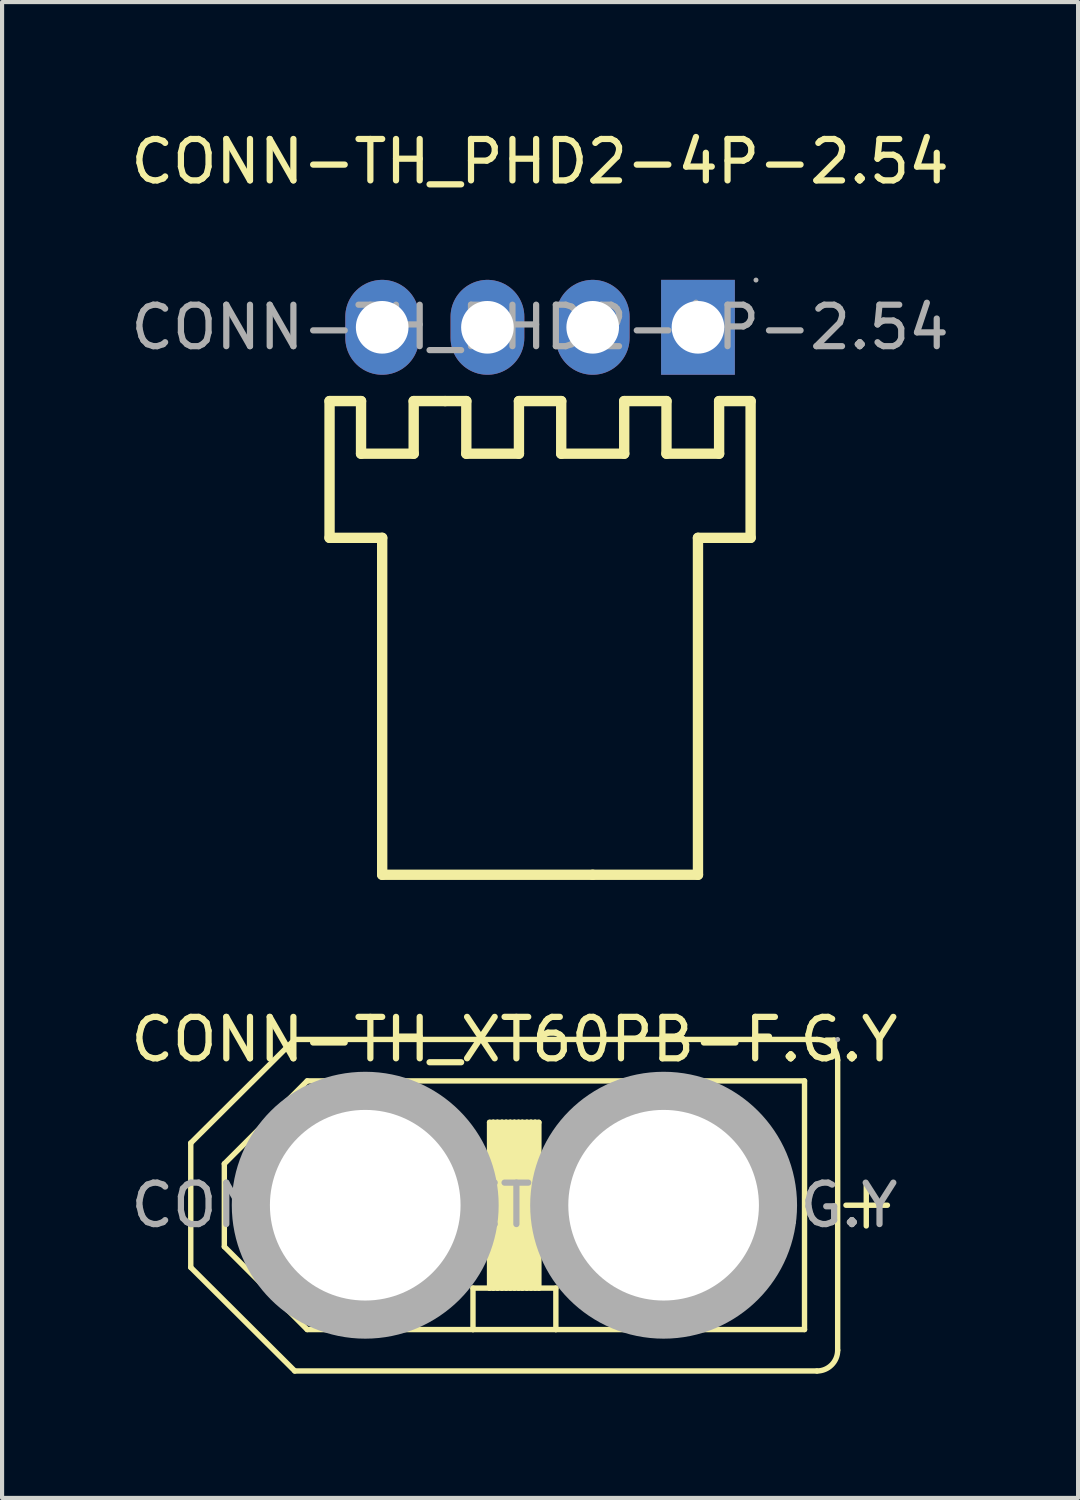
<source format=kicad_pcb>
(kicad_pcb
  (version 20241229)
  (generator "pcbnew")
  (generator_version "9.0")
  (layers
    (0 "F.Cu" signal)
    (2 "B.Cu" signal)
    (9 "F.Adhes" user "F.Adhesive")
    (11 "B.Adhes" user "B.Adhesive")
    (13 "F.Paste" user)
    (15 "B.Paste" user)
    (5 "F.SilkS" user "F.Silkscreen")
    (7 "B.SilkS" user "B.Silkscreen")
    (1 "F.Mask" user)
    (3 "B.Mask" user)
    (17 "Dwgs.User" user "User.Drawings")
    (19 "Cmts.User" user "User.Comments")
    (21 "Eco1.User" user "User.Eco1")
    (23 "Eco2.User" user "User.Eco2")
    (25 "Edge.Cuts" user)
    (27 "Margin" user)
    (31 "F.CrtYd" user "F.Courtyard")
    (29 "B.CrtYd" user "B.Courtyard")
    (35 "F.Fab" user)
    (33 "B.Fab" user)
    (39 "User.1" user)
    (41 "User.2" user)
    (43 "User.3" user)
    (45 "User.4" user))
  (footprint "CONN-TH_PHD2-4P-2.54"
    (layer "F.Cu")
    (at 9.982 4.848)
    (property "Reference" "CONN-TH_PHD2-4P-2.54" (at 0 -4 0) (layer "F.SilkS") (effects (font (size 1 1) (thickness 0.15))))
    (attr through_hole)
    (fp_line (start -5.08 1.78) (end -5.08 5.08) (stroke (width 0.25) (type solid)) (layer "F.SilkS"))
    (fp_line (start -5.08 5.08) (end -3.81 5.08) (stroke (width 0.25) (type solid)) (layer "F.SilkS"))
    (fp_line (start -4.32 1.78) (end -5.08 1.78) (stroke (width 0.25) (type solid)) (layer "F.SilkS"))
    (fp_line (start -4.32 3.05) (end -4.32 1.78) (stroke (width 0.25) (type solid)) (layer "F.SilkS"))
    (fp_line (start -3.81 5.08) (end -3.81 13.21) (stroke (width 0.25) (type solid)) (layer "F.SilkS"))
    (fp_line (start -3.81 13.21) (end 1.27 13.21) (stroke (width 0.25) (type solid)) (layer "F.SilkS"))
    (fp_line (start -3.05 1.78) (end -3.05 3.05) (stroke (width 0.25) (type solid)) (layer "F.SilkS"))
    (fp_line (start -3.05 3.05) (end -4.32 3.05) (stroke (width 0.25) (type solid)) (layer "F.SilkS"))
    (fp_line (start -2.29 1.78) (end -3.05 1.78) (stroke (width 0.25) (type solid)) (layer "F.SilkS"))
    (fp_line (start -2.29 1.78) (end -1.78 1.78) (stroke (width 0.25) (type solid)) (layer "F.SilkS"))
    (fp_line (start -1.78 1.78) (end -1.78 3.05) (stroke (width 0.25) (type solid)) (layer "F.SilkS"))
    (fp_line (start -1.78 3.05) (end -0.51 3.05) (stroke (width 0.25) (type solid)) (layer "F.SilkS"))
    (fp_line (start -0.51 1.78) (end 0.51 1.78) (stroke (width 0.25) (type solid)) (layer "F.SilkS"))
    (fp_line (start -0.51 3.05) (end -0.51 1.78) (stroke (width 0.25) (type solid)) (layer "F.SilkS"))
    (fp_line (start 0.51 1.78) (end 0.51 3.05) (stroke (width 0.25) (type solid)) (layer "F.SilkS"))
    (fp_line (start 0.51 3.05) (end 2.03 3.05) (stroke (width 0.25) (type solid)) (layer "F.SilkS"))
    (fp_line (start 1.27 13.21) (end 3.81 13.21) (stroke (width 0.25) (type solid)) (layer "F.SilkS"))
    (fp_line (start 2.03 1.78) (end 3.05 1.78) (stroke (width 0.25) (type solid)) (layer "F.SilkS"))
    (fp_line (start 2.03 3.05) (end 2.03 1.78) (stroke (width 0.25) (type solid)) (layer "F.SilkS"))
    (fp_line (start 3.05 1.78) (end 3.05 3.05) (stroke (width 0.25) (type solid)) (layer "F.SilkS"))
    (fp_line (start 3.05 3.05) (end 4.32 3.05) (stroke (width 0.25) (type solid)) (layer "F.SilkS"))
    (fp_line (start 3.81 5.08) (end 3.81 13.21) (stroke (width 0.25) (type solid)) (layer "F.SilkS"))
    (fp_line (start 4.32 1.78) (end 5.08 1.78) (stroke (width 0.25) (type solid)) (layer "F.SilkS"))
    (fp_line (start 4.32 3.05) (end 4.32 1.78) (stroke (width 0.25) (type solid)) (layer "F.SilkS"))
    (fp_line (start 5.08 1.78) (end 5.08 5.08) (stroke (width 0.25) (type solid)) (layer "F.SilkS"))
    (fp_line (start 5.08 5.08) (end 3.81 5.08) (stroke (width 0.25) (type solid)) (layer "F.SilkS"))
    (fp_circle (center -3.81 0) (end -3.54 0) (stroke (width 0.54) (type solid)) (fill no) (layer "F.Fab"))
    (fp_circle (center -1.27 0) (end -1 0) (stroke (width 0.54) (type solid)) (fill no) (layer "F.Fab"))
    (fp_circle (center 1.27 0) (end 1.54 0) (stroke (width 0.54) (type solid)) (fill no) (layer "F.Fab"))
    (fp_circle (center 3.81 0) (end 4.08 0) (stroke (width 0.54) (type solid)) (fill no) (layer "F.Fab"))
    (fp_circle (center 5.21 -1.14) (end 5.24 -1.14) (stroke (width 0.06) (type solid)) (fill no) (layer "F.Fab"))
    (fp_text user "${REFERENCE}" (at 0 0 0) (layer "F.Fab") (effects (font (size 1 1) (thickness 0.15))))
    (pad "1" thru_hole rect (at 3.81 0) (size 1.78 2.29) (drill 1.27) (layers "*.Cu" "*.Mask"))
    (pad "2" thru_hole oval (at 1.27 0) (size 1.78 2.29) (drill 1.27) (layers "*.Cu" "*.Mask"))
    (pad "3" thru_hole oval (at -1.27 0) (size 1.78 2.29) (drill 1.27) (layers "*.Cu" "*.Mask"))
    (pad "4" thru_hole oval (at -3.81 0) (size 1.78 2.29) (drill 1.27) (layers "*.Cu" "*.Mask")))
  (footprint "CONN-TH_XT60PB-F.G.Y"
    (layer "F.Cu")
    (at 9.363 26.032)
    (property "Reference" "CONN-TH_XT60PB-F.G.Y" (at 0 -4 0) (layer "F.SilkS") (effects (font (size 1 1) (thickness 0.15))))
    (attr through_hole)
    (fp_line (start -7.81 -1.5) (end -5.3 -4) (stroke (width 0.13) (type solid)) (layer "F.SilkS"))
    (fp_line (start -7.81 1.5) (end -7.81 -1.5) (stroke (width 0.13) (type solid)) (layer "F.SilkS"))
    (fp_line (start -7 -1) (end -7 1) (stroke (width 0.13) (type solid)) (layer "F.SilkS"))
    (fp_line (start -7 1) (end -5 3) (stroke (width 0.13) (type solid)) (layer "F.SilkS"))
    (fp_line (start -5.3 -4) (end 7.3 -4) (stroke (width 0.13) (type solid)) (layer "F.SilkS"))
    (fp_line (start -5.3 4) (end -7.81 1.5) (stroke (width 0.13) (type solid)) (layer "F.SilkS"))
    (fp_line (start -5 -3) (end -7 -1) (stroke (width 0.13) (type solid)) (layer "F.SilkS"))
    (fp_line (start -5 3) (end -1 3) (stroke (width 0.13) (type solid)) (layer "F.SilkS"))
    (fp_line (start -1 2) (end -0.6 2) (stroke (width 0.13) (type solid)) (layer "F.SilkS"))
    (fp_line (start -1 3) (end -1 2) (stroke (width 0.13) (type solid)) (layer "F.SilkS"))
    (fp_line (start -1 3) (end 1 3) (stroke (width 0.13) (type solid)) (layer "F.SilkS"))
    (fp_line (start -0.6 -2) (end -0.51 -2) (stroke (width 0.13) (type solid)) (layer "F.SilkS"))
    (fp_line (start -0.6 2) (end -0.6 -2) (stroke (width 0.13) (type solid)) (layer "F.SilkS"))
    (fp_line (start -0.6 2) (end -0.51 2) (stroke (width 0.13) (type solid)) (layer "F.SilkS"))
    (fp_line (start -0.51 -2) (end -0.41 -2) (stroke (width 0.13) (type solid)) (layer "F.SilkS"))
    (fp_line (start -0.51 2) (end -0.51 -2) (stroke (width 0.13) (type solid)) (layer "F.SilkS"))
    (fp_line (start -0.51 2) (end -0.41 2) (stroke (width 0.13) (type solid)) (layer "F.SilkS"))
    (fp_line (start -0.41 -2) (end -0.3 -2) (stroke (width 0.13) (type solid)) (layer "F.SilkS"))
    (fp_line (start -0.41 2) (end -0.41 -2) (stroke (width 0.13) (type solid)) (layer "F.SilkS"))
    (fp_line (start -0.41 2) (end -0.3 2) (stroke (width 0.13) (type solid)) (layer "F.SilkS"))
    (fp_line (start -0.3 -2) (end -0.2 -2) (stroke (width 0.13) (type solid)) (layer "F.SilkS"))
    (fp_line (start -0.3 2) (end -0.3 -2) (stroke (width 0.13) (type solid)) (layer "F.SilkS"))
    (fp_line (start -0.3 2) (end -0.2 2) (stroke (width 0.13) (type solid)) (layer "F.SilkS"))
    (fp_line (start -0.2 -2) (end -0.1 -2) (stroke (width 0.13) (type solid)) (layer "F.SilkS"))
    (fp_line (start -0.2 2) (end -0.2 -2) (stroke (width 0.13) (type solid)) (layer "F.SilkS"))
    (fp_line (start -0.2 2) (end -0.1 2) (stroke (width 0.13) (type solid)) (layer "F.SilkS"))
    (fp_line (start -0.1 -2) (end 0 -2) (stroke (width 0.13) (type solid)) (layer "F.SilkS"))
    (fp_line (start -0.1 2) (end -0.1 -2) (stroke (width 0.13) (type solid)) (layer "F.SilkS"))
    (fp_line (start -0.1 2) (end 0 2) (stroke (width 0.13) (type solid)) (layer "F.SilkS"))
    (fp_line (start 0 -2) (end 0.1 -2) (stroke (width 0.13) (type solid)) (layer "F.SilkS"))
    (fp_line (start 0 2) (end 0 -2) (stroke (width 0.13) (type solid)) (layer "F.SilkS"))
    (fp_line (start 0 2) (end 0.1 2) (stroke (width 0.13) (type solid)) (layer "F.SilkS"))
    (fp_line (start 0.1 -2) (end 0.19 -2) (stroke (width 0.13) (type solid)) (layer "F.SilkS"))
    (fp_line (start 0.1 2) (end 0.1 -2) (stroke (width 0.13) (type solid)) (layer "F.SilkS"))
    (fp_line (start 0.1 2) (end 0.19 2) (stroke (width 0.13) (type solid)) (layer "F.SilkS"))
    (fp_line (start 0.19 -2) (end 0.3 -2) (stroke (width 0.13) (type solid)) (layer "F.SilkS"))
    (fp_line (start 0.19 2) (end 0.19 -2) (stroke (width 0.13) (type solid)) (layer "F.SilkS"))
    (fp_line (start 0.19 2) (end 0.3 2) (stroke (width 0.13) (type solid)) (layer "F.SilkS"))
    (fp_line (start 0.3 -2) (end 0.4 -2) (stroke (width 0.13) (type solid)) (layer "F.SilkS"))
    (fp_line (start 0.3 2) (end 0.3 -2) (stroke (width 0.13) (type solid)) (layer "F.SilkS"))
    (fp_line (start 0.3 2) (end 0.4 2) (stroke (width 0.13) (type solid)) (layer "F.SilkS"))
    (fp_line (start 0.4 -2) (end 0.5 -2) (stroke (width 0.13) (type solid)) (layer "F.SilkS"))
    (fp_line (start 0.4 2) (end 0.4 -2) (stroke (width 0.13) (type solid)) (layer "F.SilkS"))
    (fp_line (start 0.4 2) (end 0.5 2) (stroke (width 0.13) (type solid)) (layer "F.SilkS"))
    (fp_line (start 0.5 -2) (end 0.59 -2) (stroke (width 0.13) (type solid)) (layer "F.SilkS"))
    (fp_line (start 0.5 2) (end 0.5 -2) (stroke (width 0.13) (type solid)) (layer "F.SilkS"))
    (fp_line (start 0.5 2) (end 0.59 2) (stroke (width 0.13) (type solid)) (layer "F.SilkS"))
    (fp_line (start 0.59 -2) (end 0.59 2) (stroke (width 0.13) (type solid)) (layer "F.SilkS"))
    (fp_line (start 0.59 2) (end 1 2) (stroke (width 0.13) (type solid)) (layer "F.SilkS"))
    (fp_line (start 1 2) (end 1 3) (stroke (width 0.13) (type solid)) (layer "F.SilkS"))
    (fp_line (start 1 3) (end 7 3) (stroke (width 0.13) (type solid)) (layer "F.SilkS"))
    (fp_line (start 7 -3) (end -5 -3) (stroke (width 0.13) (type solid)) (layer "F.SilkS"))
    (fp_line (start 7 3) (end 7 -3) (stroke (width 0.13) (type solid)) (layer "F.SilkS"))
    (fp_line (start 7.3 4) (end -5.3 4) (stroke (width 0.13) (type solid)) (layer "F.SilkS"))
    (fp_line (start 7.8 -3.5) (end 7.8 3.5) (stroke (width 0.13) (type solid)) (layer "F.SilkS"))
    (fp_line (start 8 0) (end 9 0) (stroke (width 0.13) (type solid)) (layer "F.SilkS"))
    (fp_line (start 8.49 -0.5) (end 8.49 0.5) (stroke (width 0.13) (type solid)) (layer "F.SilkS"))
    (fp_arc (start 7.3 -4) (mid 7.653553 -3.853553) (end 7.8 -3.5) (stroke (width 0.13) (type solid)) (layer "F.SilkS"))
    (fp_arc (start 7.8 3.5) (mid 7.653553 3.853553) (end 7.3 4) (stroke (width 0.13) (type solid)) (layer "F.SilkS"))
    (fp_circle (center -3.6 0) (end -2.53 0) (stroke (width 2.15) (type solid)) (fill no) (layer "F.Fab"))
    (fp_circle (center 3.6 0) (end 4.67 0) (stroke (width 2.15) (type solid)) (fill no) (layer "F.Fab"))
    (fp_circle (center 7.8 -4) (end 7.83 -4) (stroke (width 0.06) (type solid)) (fill no) (layer "F.Fab"))
    (fp_text user "${REFERENCE}" (at 0 0 0) (layer "F.Fab") (effects (font (size 1 1) (thickness 0.15))))
    (pad "+" thru_hole circle (at 3.6 0) (size 5.6 5.6) (drill 4.6) (layers "*.Cu" "*.Mask"))
    (pad "-" thru_hole circle (at -3.6 0) (size 5.6 5.6) (drill 4.6) (layers "*.Cu" "*.Mask")))
  (gr_rect
    (start -3 -3)
    (end 22.964 33.096)
    (stroke (width 0.1) (type default))
    (fill no)
    (layer "Edge.Cuts")))
</source>
